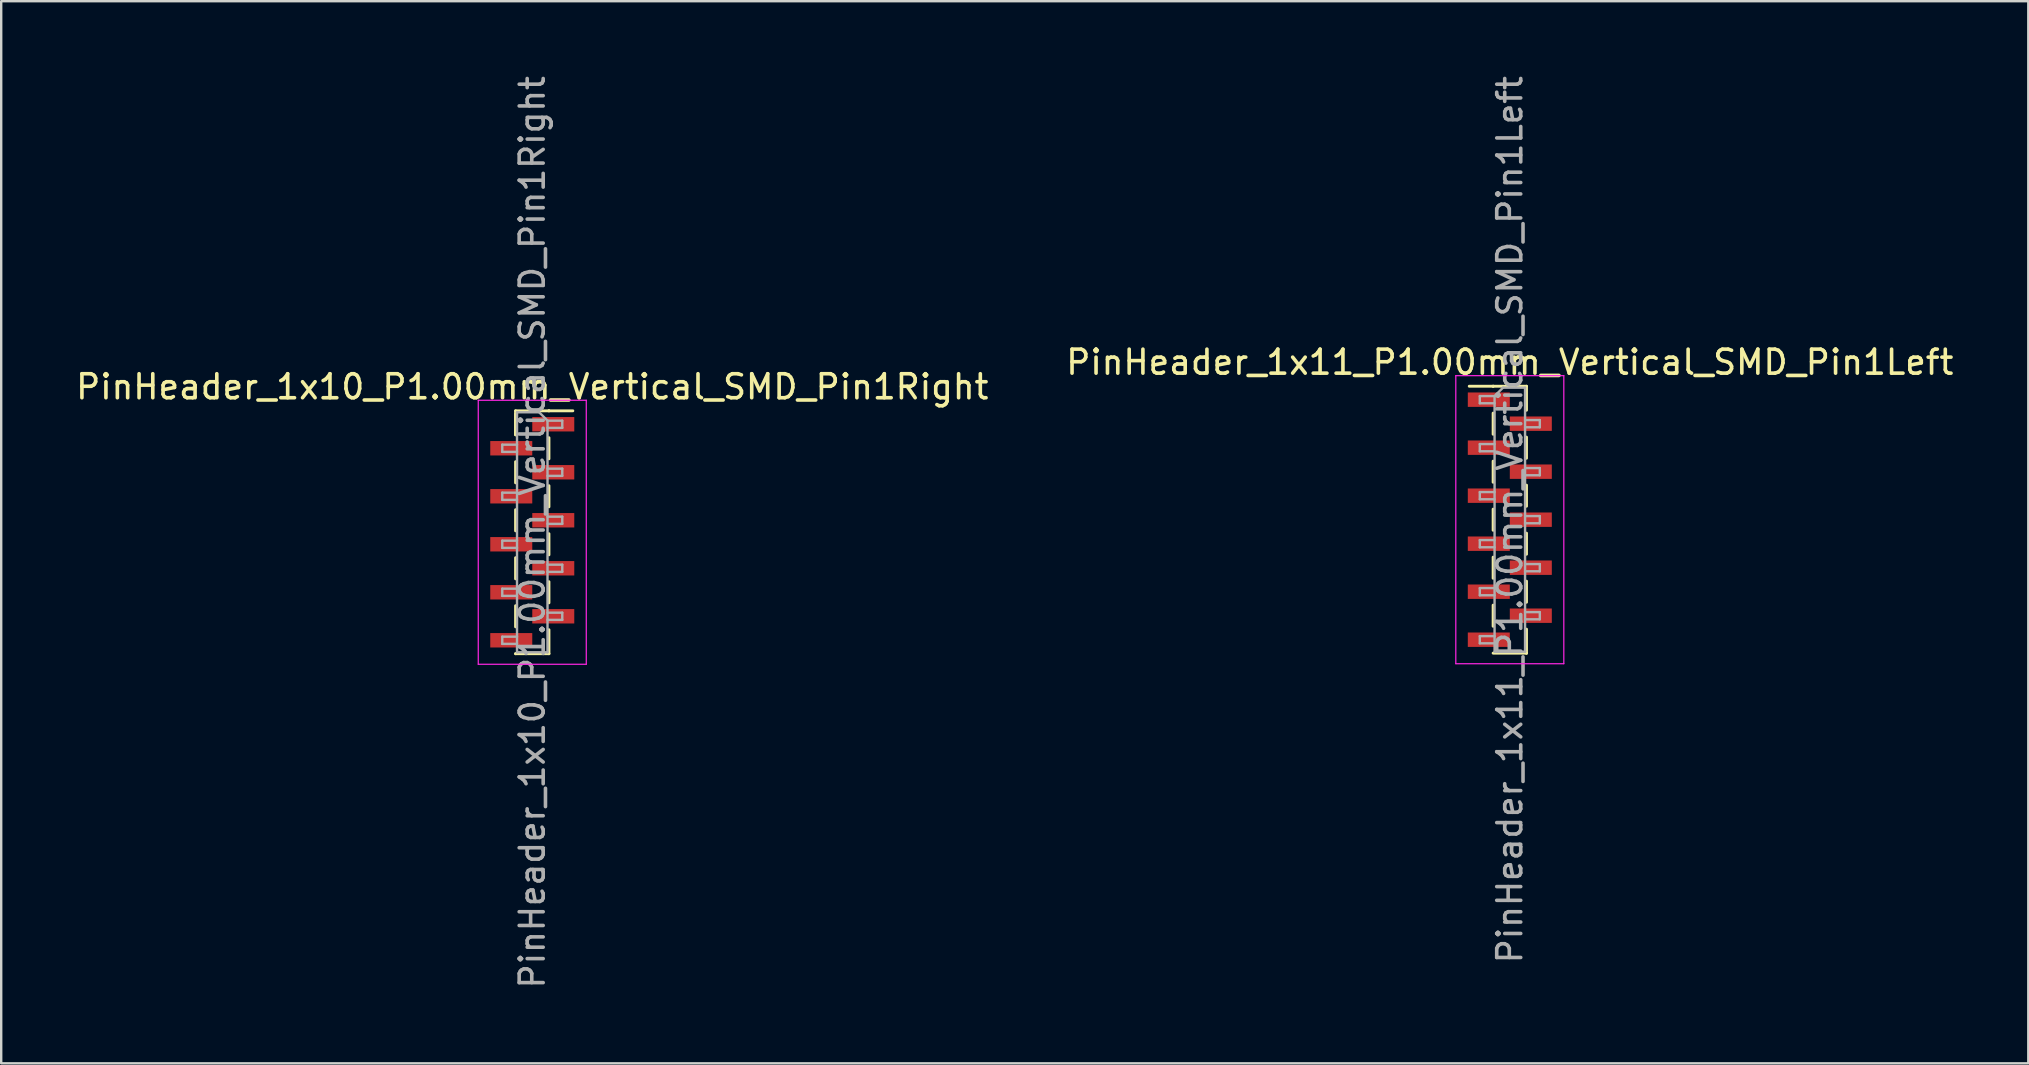
<source format=kicad_pcb>
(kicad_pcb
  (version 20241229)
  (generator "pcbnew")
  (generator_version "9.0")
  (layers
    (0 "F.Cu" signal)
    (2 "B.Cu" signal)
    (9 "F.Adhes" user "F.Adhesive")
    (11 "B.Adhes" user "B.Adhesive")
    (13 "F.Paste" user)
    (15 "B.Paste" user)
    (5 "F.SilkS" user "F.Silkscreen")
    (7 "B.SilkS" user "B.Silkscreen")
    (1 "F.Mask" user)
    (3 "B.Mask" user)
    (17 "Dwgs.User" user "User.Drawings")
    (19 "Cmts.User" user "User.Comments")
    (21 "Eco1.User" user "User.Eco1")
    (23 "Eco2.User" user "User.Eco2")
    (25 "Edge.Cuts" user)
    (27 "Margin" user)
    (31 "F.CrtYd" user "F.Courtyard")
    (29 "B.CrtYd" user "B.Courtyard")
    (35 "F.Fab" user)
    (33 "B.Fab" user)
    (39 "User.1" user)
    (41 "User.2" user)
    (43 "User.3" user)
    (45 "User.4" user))
  (footprint "PinHeader_1x11_P1.00mm_Vertical_SMD_Pin1Left"
    (layer "F.Cu")
    (at 59.851 18.601)
    (property "Reference" "PinHeader_1x11_P1.00mm_Vertical_SMD_Pin1Left" (at 0 -6.56 0) (layer "F.SilkS") (effects (font (size 1 1) (thickness 0.15))))
    (attr smd)
    (fp_line (start -0.695 -5.56) (end -1.69 -5.56) (stroke (width 0.12) (type solid)) (layer "F.SilkS"))
    (fp_line (start -0.695 -5.56) (end -0.695 -5.56) (stroke (width 0.12) (type solid)) (layer "F.SilkS"))
    (fp_line (start -0.695 -5.56) (end 0.695 -5.56) (stroke (width 0.12) (type solid)) (layer "F.SilkS"))
    (fp_line (start -0.695 -4.44) (end -0.695 -3.56) (stroke (width 0.12) (type solid)) (layer "F.SilkS"))
    (fp_line (start -0.695 -2.44) (end -0.695 -1.56) (stroke (width 0.12) (type solid)) (layer "F.SilkS"))
    (fp_line (start -0.695 -0.44) (end -0.695 0.44) (stroke (width 0.12) (type solid)) (layer "F.SilkS"))
    (fp_line (start -0.695 1.56) (end -0.695 2.44) (stroke (width 0.12) (type solid)) (layer "F.SilkS"))
    (fp_line (start -0.695 3.56) (end -0.695 4.44) (stroke (width 0.12) (type solid)) (layer "F.SilkS"))
    (fp_line (start -0.695 5.56) (end 0.695 5.56) (stroke (width 0.12) (type solid)) (layer "F.SilkS"))
    (fp_line (start 0.695 -5.56) (end 0.695 -4.56) (stroke (width 0.12) (type solid)) (layer "F.SilkS"))
    (fp_line (start 0.695 -3.44) (end 0.695 -2.56) (stroke (width 0.12) (type solid)) (layer "F.SilkS"))
    (fp_line (start 0.695 -1.44) (end 0.695 -0.56) (stroke (width 0.12) (type solid)) (layer "F.SilkS"))
    (fp_line (start 0.695 0.56) (end 0.695 1.44) (stroke (width 0.12) (type solid)) (layer "F.SilkS"))
    (fp_line (start 0.695 2.56) (end 0.695 3.44) (stroke (width 0.12) (type solid)) (layer "F.SilkS"))
    (fp_line (start 0.695 4.56) (end 0.695 5.56) (stroke (width 0.12) (type solid)) (layer "F.SilkS"))
    (fp_line (start 0.695 5.56) (end 0.695 5.56) (stroke (width 0.12) (type solid)) (layer "F.SilkS"))
    (fp_line (start -2.25 -6) (end -2.25 6) (stroke (width 0.05) (type solid)) (layer "F.CrtYd"))
    (fp_line (start -2.25 6) (end 2.25 6) (stroke (width 0.05) (type solid)) (layer "F.CrtYd"))
    (fp_line (start 2.25 -6) (end -2.25 -6) (stroke (width 0.05) (type solid)) (layer "F.CrtYd"))
    (fp_line (start 2.25 6) (end 2.25 -6) (stroke (width 0.05) (type solid)) (layer "F.CrtYd"))
    (fp_line (start -1.25 -5.15) (end -1.25 -4.85) (stroke (width 0.1) (type solid)) (layer "F.Fab"))
    (fp_line (start -1.25 -4.85) (end -0.635 -4.85) (stroke (width 0.1) (type solid)) (layer "F.Fab"))
    (fp_line (start -1.25 -3.15) (end -1.25 -2.85) (stroke (width 0.1) (type solid)) (layer "F.Fab"))
    (fp_line (start -1.25 -2.85) (end -0.635 -2.85) (stroke (width 0.1) (type solid)) (layer "F.Fab"))
    (fp_line (start -1.25 -1.15) (end -1.25 -0.85) (stroke (width 0.1) (type solid)) (layer "F.Fab"))
    (fp_line (start -1.25 -0.85) (end -0.635 -0.85) (stroke (width 0.1) (type solid)) (layer "F.Fab"))
    (fp_line (start -1.25 0.85) (end -1.25 1.15) (stroke (width 0.1) (type solid)) (layer "F.Fab"))
    (fp_line (start -1.25 1.15) (end -0.635 1.15) (stroke (width 0.1) (type solid)) (layer "F.Fab"))
    (fp_line (start -1.25 2.85) (end -1.25 3.15) (stroke (width 0.1) (type solid)) (layer "F.Fab"))
    (fp_line (start -1.25 3.15) (end -0.635 3.15) (stroke (width 0.1) (type solid)) (layer "F.Fab"))
    (fp_line (start -1.25 4.85) (end -1.25 5.15) (stroke (width 0.1) (type solid)) (layer "F.Fab"))
    (fp_line (start -1.25 5.15) (end -0.635 5.15) (stroke (width 0.1) (type solid)) (layer "F.Fab"))
    (fp_line (start -0.635 -5.15) (end -1.25 -5.15) (stroke (width 0.1) (type solid)) (layer "F.Fab"))
    (fp_line (start -0.635 -5.15) (end -0.285 -5.5) (stroke (width 0.1) (type solid)) (layer "F.Fab"))
    (fp_line (start -0.635 -3.15) (end -1.25 -3.15) (stroke (width 0.1) (type solid)) (layer "F.Fab"))
    (fp_line (start -0.635 -1.15) (end -1.25 -1.15) (stroke (width 0.1) (type solid)) (layer "F.Fab"))
    (fp_line (start -0.635 0.85) (end -1.25 0.85) (stroke (width 0.1) (type solid)) (layer "F.Fab"))
    (fp_line (start -0.635 2.85) (end -1.25 2.85) (stroke (width 0.1) (type solid)) (layer "F.Fab"))
    (fp_line (start -0.635 4.85) (end -1.25 4.85) (stroke (width 0.1) (type solid)) (layer "F.Fab"))
    (fp_line (start -0.635 5.5) (end -0.635 -5.15) (stroke (width 0.1) (type solid)) (layer "F.Fab"))
    (fp_line (start -0.285 -5.5) (end 0.635 -5.5) (stroke (width 0.1) (type solid)) (layer "F.Fab"))
    (fp_line (start 0.635 -5.5) (end 0.635 5.5) (stroke (width 0.1) (type solid)) (layer "F.Fab"))
    (fp_line (start 0.635 -4.15) (end 1.25 -4.15) (stroke (width 0.1) (type solid)) (layer "F.Fab"))
    (fp_line (start 0.635 -2.15) (end 1.25 -2.15) (stroke (width 0.1) (type solid)) (layer "F.Fab"))
    (fp_line (start 0.635 -0.15) (end 1.25 -0.15) (stroke (width 0.1) (type solid)) (layer "F.Fab"))
    (fp_line (start 0.635 1.85) (end 1.25 1.85) (stroke (width 0.1) (type solid)) (layer "F.Fab"))
    (fp_line (start 0.635 3.85) (end 1.25 3.85) (stroke (width 0.1) (type solid)) (layer "F.Fab"))
    (fp_line (start 0.635 5.5) (end -0.635 5.5) (stroke (width 0.1) (type solid)) (layer "F.Fab"))
    (fp_line (start 1.25 -4.15) (end 1.25 -3.85) (stroke (width 0.1) (type solid)) (layer "F.Fab"))
    (fp_line (start 1.25 -3.85) (end 0.635 -3.85) (stroke (width 0.1) (type solid)) (layer "F.Fab"))
    (fp_line (start 1.25 -2.15) (end 1.25 -1.85) (stroke (width 0.1) (type solid)) (layer "F.Fab"))
    (fp_line (start 1.25 -1.85) (end 0.635 -1.85) (stroke (width 0.1) (type solid)) (layer "F.Fab"))
    (fp_line (start 1.25 -0.15) (end 1.25 0.15) (stroke (width 0.1) (type solid)) (layer "F.Fab"))
    (fp_line (start 1.25 0.15) (end 0.635 0.15) (stroke (width 0.1) (type solid)) (layer "F.Fab"))
    (fp_line (start 1.25 1.85) (end 1.25 2.15) (stroke (width 0.1) (type solid)) (layer "F.Fab"))
    (fp_line (start 1.25 2.15) (end 0.635 2.15) (stroke (width 0.1) (type solid)) (layer "F.Fab"))
    (fp_line (start 1.25 3.85) (end 1.25 4.15) (stroke (width 0.1) (type solid)) (layer "F.Fab"))
    (fp_line (start 1.25 4.15) (end 0.635 4.15) (stroke (width 0.1) (type solid)) (layer "F.Fab"))
    (fp_text user "${REFERENCE}" (at 0 0 90) (layer "F.Fab") (effects (font (size 1 1) (thickness 0.15))))
    (pad "1" smd rect (at -0.875 -5) (size 1.75 0.6) (layers "F.Cu" "F.Mask" "F.Paste"))
    (pad "2" smd rect (at 0.875 -4) (size 1.75 0.6) (layers "F.Cu" "F.Mask" "F.Paste"))
    (pad "3" smd rect (at -0.875 -3) (size 1.75 0.6) (layers "F.Cu" "F.Mask" "F.Paste"))
    (pad "4" smd rect (at 0.875 -2) (size 1.75 0.6) (layers "F.Cu" "F.Mask" "F.Paste"))
    (pad "5" smd rect (at -0.875 -1) (size 1.75 0.6) (layers "F.Cu" "F.Mask" "F.Paste"))
    (pad "6" smd rect (at 0.875 0) (size 1.75 0.6) (layers "F.Cu" "F.Mask" "F.Paste"))
    (pad "7" smd rect (at -0.875 1) (size 1.75 0.6) (layers "F.Cu" "F.Mask" "F.Paste"))
    (pad "8" smd rect (at 0.875 2) (size 1.75 0.6) (layers "F.Cu" "F.Mask" "F.Paste"))
    (pad "9" smd rect (at -0.875 3) (size 1.75 0.6) (layers "F.Cu" "F.Mask" "F.Paste"))
    (pad "10" smd rect (at 0.875 4) (size 1.75 0.6) (layers "F.Cu" "F.Mask" "F.Paste"))
    (pad "11" smd rect (at -0.875 5) (size 1.75 0.6) (layers "F.Cu" "F.Mask" "F.Paste")))
  (footprint "PinHeader_1x10_P1.00mm_Vertical_SMD_Pin1Right"
    (layer "F.Cu")
    (at 19.125 19.125)
    (property "Reference" "PinHeader_1x10_P1.00mm_Vertical_SMD_Pin1Right" (at 0 -6.06 0) (layer "F.SilkS") (effects (font (size 1 1) (thickness 0.15))))
    (attr smd)
    (fp_line (start -0.695 -5.06) (end -0.695 -4.06) (stroke (width 0.12) (type solid)) (layer "F.SilkS"))
    (fp_line (start -0.695 -5.06) (end 0.695 -5.06) (stroke (width 0.12) (type solid)) (layer "F.SilkS"))
    (fp_line (start -0.695 -4.94) (end -0.695 -4.06) (stroke (width 0.12) (type solid)) (layer "F.SilkS"))
    (fp_line (start -0.695 -2.94) (end -0.695 -2.06) (stroke (width 0.12) (type solid)) (layer "F.SilkS"))
    (fp_line (start -0.695 -0.94) (end -0.695 -0.06) (stroke (width 0.12) (type solid)) (layer "F.SilkS"))
    (fp_line (start -0.695 1.06) (end -0.695 1.94) (stroke (width 0.12) (type solid)) (layer "F.SilkS"))
    (fp_line (start -0.695 3.06) (end -0.695 3.94) (stroke (width 0.12) (type solid)) (layer "F.SilkS"))
    (fp_line (start -0.695 5.06) (end -0.695 5.06) (stroke (width 0.12) (type solid)) (layer "F.SilkS"))
    (fp_line (start -0.695 5.06) (end 0.695 5.06) (stroke (width 0.12) (type solid)) (layer "F.SilkS"))
    (fp_line (start 0.695 -5.06) (end 0.695 -5.06) (stroke (width 0.12) (type solid)) (layer "F.SilkS"))
    (fp_line (start 0.695 -5.06) (end 1.69 -5.06) (stroke (width 0.12) (type solid)) (layer "F.SilkS"))
    (fp_line (start 0.695 -3.94) (end 0.695 -3.06) (stroke (width 0.12) (type solid)) (layer "F.SilkS"))
    (fp_line (start 0.695 -1.94) (end 0.695 -1.06) (stroke (width 0.12) (type solid)) (layer "F.SilkS"))
    (fp_line (start 0.695 0.06) (end 0.695 0.94) (stroke (width 0.12) (type solid)) (layer "F.SilkS"))
    (fp_line (start 0.695 2.06) (end 0.695 2.94) (stroke (width 0.12) (type solid)) (layer "F.SilkS"))
    (fp_line (start 0.695 4.06) (end 0.695 5.06) (stroke (width 0.12) (type solid)) (layer "F.SilkS"))
    (fp_line (start -2.25 -5.5) (end -2.25 5.5) (stroke (width 0.05) (type solid)) (layer "F.CrtYd"))
    (fp_line (start -2.25 5.5) (end 2.25 5.5) (stroke (width 0.05) (type solid)) (layer "F.CrtYd"))
    (fp_line (start 2.25 -5.5) (end -2.25 -5.5) (stroke (width 0.05) (type solid)) (layer "F.CrtYd"))
    (fp_line (start 2.25 5.5) (end 2.25 -5.5) (stroke (width 0.05) (type solid)) (layer "F.CrtYd"))
    (fp_line (start -1.25 -3.65) (end -1.25 -3.35) (stroke (width 0.1) (type solid)) (layer "F.Fab"))
    (fp_line (start -1.25 -3.35) (end -0.635 -3.35) (stroke (width 0.1) (type solid)) (layer "F.Fab"))
    (fp_line (start -1.25 -1.65) (end -1.25 -1.35) (stroke (width 0.1) (type solid)) (layer "F.Fab"))
    (fp_line (start -1.25 -1.35) (end -0.635 -1.35) (stroke (width 0.1) (type solid)) (layer "F.Fab"))
    (fp_line (start -1.25 0.35) (end -1.25 0.65) (stroke (width 0.1) (type solid)) (layer "F.Fab"))
    (fp_line (start -1.25 0.65) (end -0.635 0.65) (stroke (width 0.1) (type solid)) (layer "F.Fab"))
    (fp_line (start -1.25 2.35) (end -1.25 2.65) (stroke (width 0.1) (type solid)) (layer "F.Fab"))
    (fp_line (start -1.25 2.65) (end -0.635 2.65) (stroke (width 0.1) (type solid)) (layer "F.Fab"))
    (fp_line (start -1.25 4.35) (end -1.25 4.65) (stroke (width 0.1) (type solid)) (layer "F.Fab"))
    (fp_line (start -1.25 4.65) (end -0.635 4.65) (stroke (width 0.1) (type solid)) (layer "F.Fab"))
    (fp_line (start -0.635 -5) (end -0.635 5) (stroke (width 0.1) (type solid)) (layer "F.Fab"))
    (fp_line (start -0.635 -5) (end 0.285 -5) (stroke (width 0.1) (type solid)) (layer "F.Fab"))
    (fp_line (start -0.635 -3.65) (end -1.25 -3.65) (stroke (width 0.1) (type solid)) (layer "F.Fab"))
    (fp_line (start -0.635 -1.65) (end -1.25 -1.65) (stroke (width 0.1) (type solid)) (layer "F.Fab"))
    (fp_line (start -0.635 0.35) (end -1.25 0.35) (stroke (width 0.1) (type solid)) (layer "F.Fab"))
    (fp_line (start -0.635 2.35) (end -1.25 2.35) (stroke (width 0.1) (type solid)) (layer "F.Fab"))
    (fp_line (start -0.635 4.35) (end -1.25 4.35) (stroke (width 0.1) (type solid)) (layer "F.Fab"))
    (fp_line (start 0.635 -4.65) (end 0.285 -5) (stroke (width 0.1) (type solid)) (layer "F.Fab"))
    (fp_line (start 0.635 -4.65) (end 1.25 -4.65) (stroke (width 0.1) (type solid)) (layer "F.Fab"))
    (fp_line (start 0.635 -2.65) (end 1.25 -2.65) (stroke (width 0.1) (type solid)) (layer "F.Fab"))
    (fp_line (start 0.635 -0.65) (end 1.25 -0.65) (stroke (width 0.1) (type solid)) (layer "F.Fab"))
    (fp_line (start 0.635 1.35) (end 1.25 1.35) (stroke (width 0.1) (type solid)) (layer "F.Fab"))
    (fp_line (start 0.635 3.35) (end 1.25 3.35) (stroke (width 0.1) (type solid)) (layer "F.Fab"))
    (fp_line (start 0.635 5) (end -0.635 5) (stroke (width 0.1) (type solid)) (layer "F.Fab"))
    (fp_line (start 0.635 5) (end 0.635 -4.65) (stroke (width 0.1) (type solid)) (layer "F.Fab"))
    (fp_line (start 1.25 -4.65) (end 1.25 -4.35) (stroke (width 0.1) (type solid)) (layer "F.Fab"))
    (fp_line (start 1.25 -4.35) (end 0.635 -4.35) (stroke (width 0.1) (type solid)) (layer "F.Fab"))
    (fp_line (start 1.25 -2.65) (end 1.25 -2.35) (stroke (width 0.1) (type solid)) (layer "F.Fab"))
    (fp_line (start 1.25 -2.35) (end 0.635 -2.35) (stroke (width 0.1) (type solid)) (layer "F.Fab"))
    (fp_line (start 1.25 -0.65) (end 1.25 -0.35) (stroke (width 0.1) (type solid)) (layer "F.Fab"))
    (fp_line (start 1.25 -0.35) (end 0.635 -0.35) (stroke (width 0.1) (type solid)) (layer "F.Fab"))
    (fp_line (start 1.25 1.35) (end 1.25 1.65) (stroke (width 0.1) (type solid)) (layer "F.Fab"))
    (fp_line (start 1.25 1.65) (end 0.635 1.65) (stroke (width 0.1) (type solid)) (layer "F.Fab"))
    (fp_line (start 1.25 3.35) (end 1.25 3.65) (stroke (width 0.1) (type solid)) (layer "F.Fab"))
    (fp_line (start 1.25 3.65) (end 0.635 3.65) (stroke (width 0.1) (type solid)) (layer "F.Fab"))
    (fp_text user "${REFERENCE}" (at 0 0 90) (layer "F.Fab") (effects (font (size 1 1) (thickness 0.15))))
    (pad "1" smd rect (at 0.875 -4.5) (size 1.75 0.6) (layers "F.Cu" "F.Mask" "F.Paste"))
    (pad "2" smd rect (at -0.875 -3.5) (size 1.75 0.6) (layers "F.Cu" "F.Mask" "F.Paste"))
    (pad "3" smd rect (at 0.875 -2.5) (size 1.75 0.6) (layers "F.Cu" "F.Mask" "F.Paste"))
    (pad "4" smd rect (at -0.875 -1.5) (size 1.75 0.6) (layers "F.Cu" "F.Mask" "F.Paste"))
    (pad "5" smd rect (at 0.875 -0.5) (size 1.75 0.6) (layers "F.Cu" "F.Mask" "F.Paste"))
    (pad "6" smd rect (at -0.875 0.5) (size 1.75 0.6) (layers "F.Cu" "F.Mask" "F.Paste"))
    (pad "7" smd rect (at 0.875 1.5) (size 1.75 0.6) (layers "F.Cu" "F.Mask" "F.Paste"))
    (pad "8" smd rect (at -0.875 2.5) (size 1.75 0.6) (layers "F.Cu" "F.Mask" "F.Paste"))
    (pad "9" smd rect (at 0.875 3.5) (size 1.75 0.6) (layers "F.Cu" "F.Mask" "F.Paste"))
    (pad "10" smd rect (at -0.875 4.5) (size 1.75 0.6) (layers "F.Cu" "F.Mask" "F.Paste")))
  (gr_rect
    (start -3 -3)
    (end 81.452 41.25)
    (stroke (width 0.1) (type default))
    (fill no)
    (layer "Edge.Cuts")))
</source>
